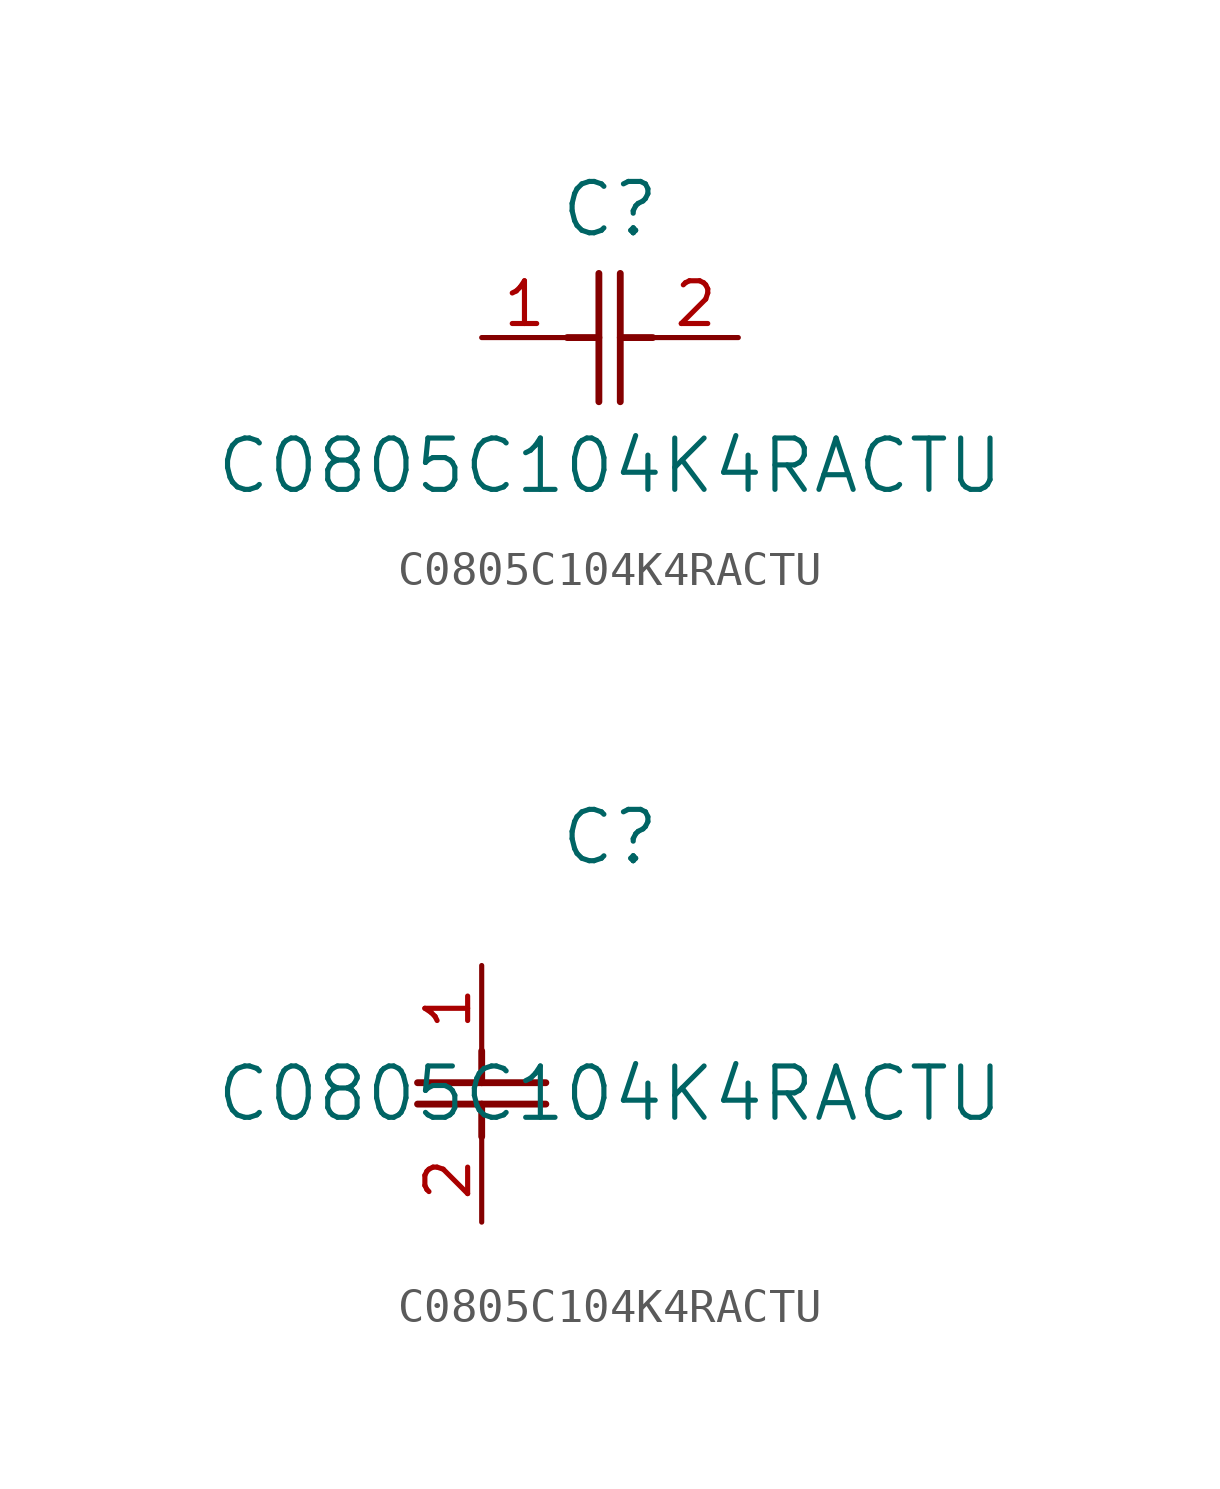
<source format=kicad_sym>
(kicad_symbol_lib
  (version 20211014)
  (generator kicad_symbol_editor)
  (symbol "C0805C104K4RACTU"
    (pin_names
      (offset 0.254))
    (property "Reference" "C"
      (at 3.81 3.81 0)
      (effects (font (size 1.524 1.524))))
    (property "Value" "C0805C104K4RACTU"
      (at 3.81 -3.81 0)
      (effects (font (size 1.524 1.524))))
    (symbol "C0805C104K4RACTU_1_1"
      (polyline (pts (xy 3.48 -1.905) (xy 3.48 1.905)) (stroke (width 0.203) (type default) (color 0 0 0 0)) (fill (type none)))
      (polyline (pts (xy 4.115 -1.905) (xy 4.115 1.905)) (stroke (width 0.203) (type default) (color 0 0 0 0)) (fill (type none)))
      (polyline (pts (xy 4.115 0) (xy 5.08 0)) (stroke (width 0.203) (type default) (color 0 0 0 0)) (fill (type none)))
      (polyline (pts (xy 2.54 0) (xy 3.48 0)) (stroke (width 0.203) (type default) (color 0 0 0 0)) (fill (type none)))
      (pin unspecified line (at 0 0 0) (length 2.54) (name "" (effects (font (size 1.27 1.27)))) (number "1" (effects (font (size 1.27 1.27)))))
      (pin unspecified line (at 7.62 0 180) (length 2.54) (name "" (effects (font (size 1.27 1.27)))) (number "2" (effects (font (size 1.27 1.27))))))
    (symbol "C0805C104K4RACTU_1_2"
      (polyline (pts (xy -1.905 -3.48) (xy 1.905 -3.48)) (stroke (width 0.203) (type default) (color 0 0 0 0)) (fill (type none)))
      (polyline (pts (xy -1.905 -4.115) (xy 1.905 -4.115)) (stroke (width 0.203) (type default) (color 0 0 0 0)) (fill (type none)))
      (polyline (pts (xy 0 -4.115) (xy 0 -5.08)) (stroke (width 0.203) (type default) (color 0 0 0 0)) (fill (type none)))
      (polyline (pts (xy 0 -2.54) (xy 0 -3.48)) (stroke (width 0.203) (type default) (color 0 0 0 0)) (fill (type none)))
      (pin unspecified line (at 0 0 270) (length 2.54) (name "" (effects (font (size 1.27 1.27)))) (number "1" (effects (font (size 1.27 1.27)))))
      (pin unspecified line (at 0 -7.62 90) (length 2.54) (name "" (effects (font (size 1.27 1.27)))) (number "2" (effects (font (size 1.27 1.27))))))))
</source>
